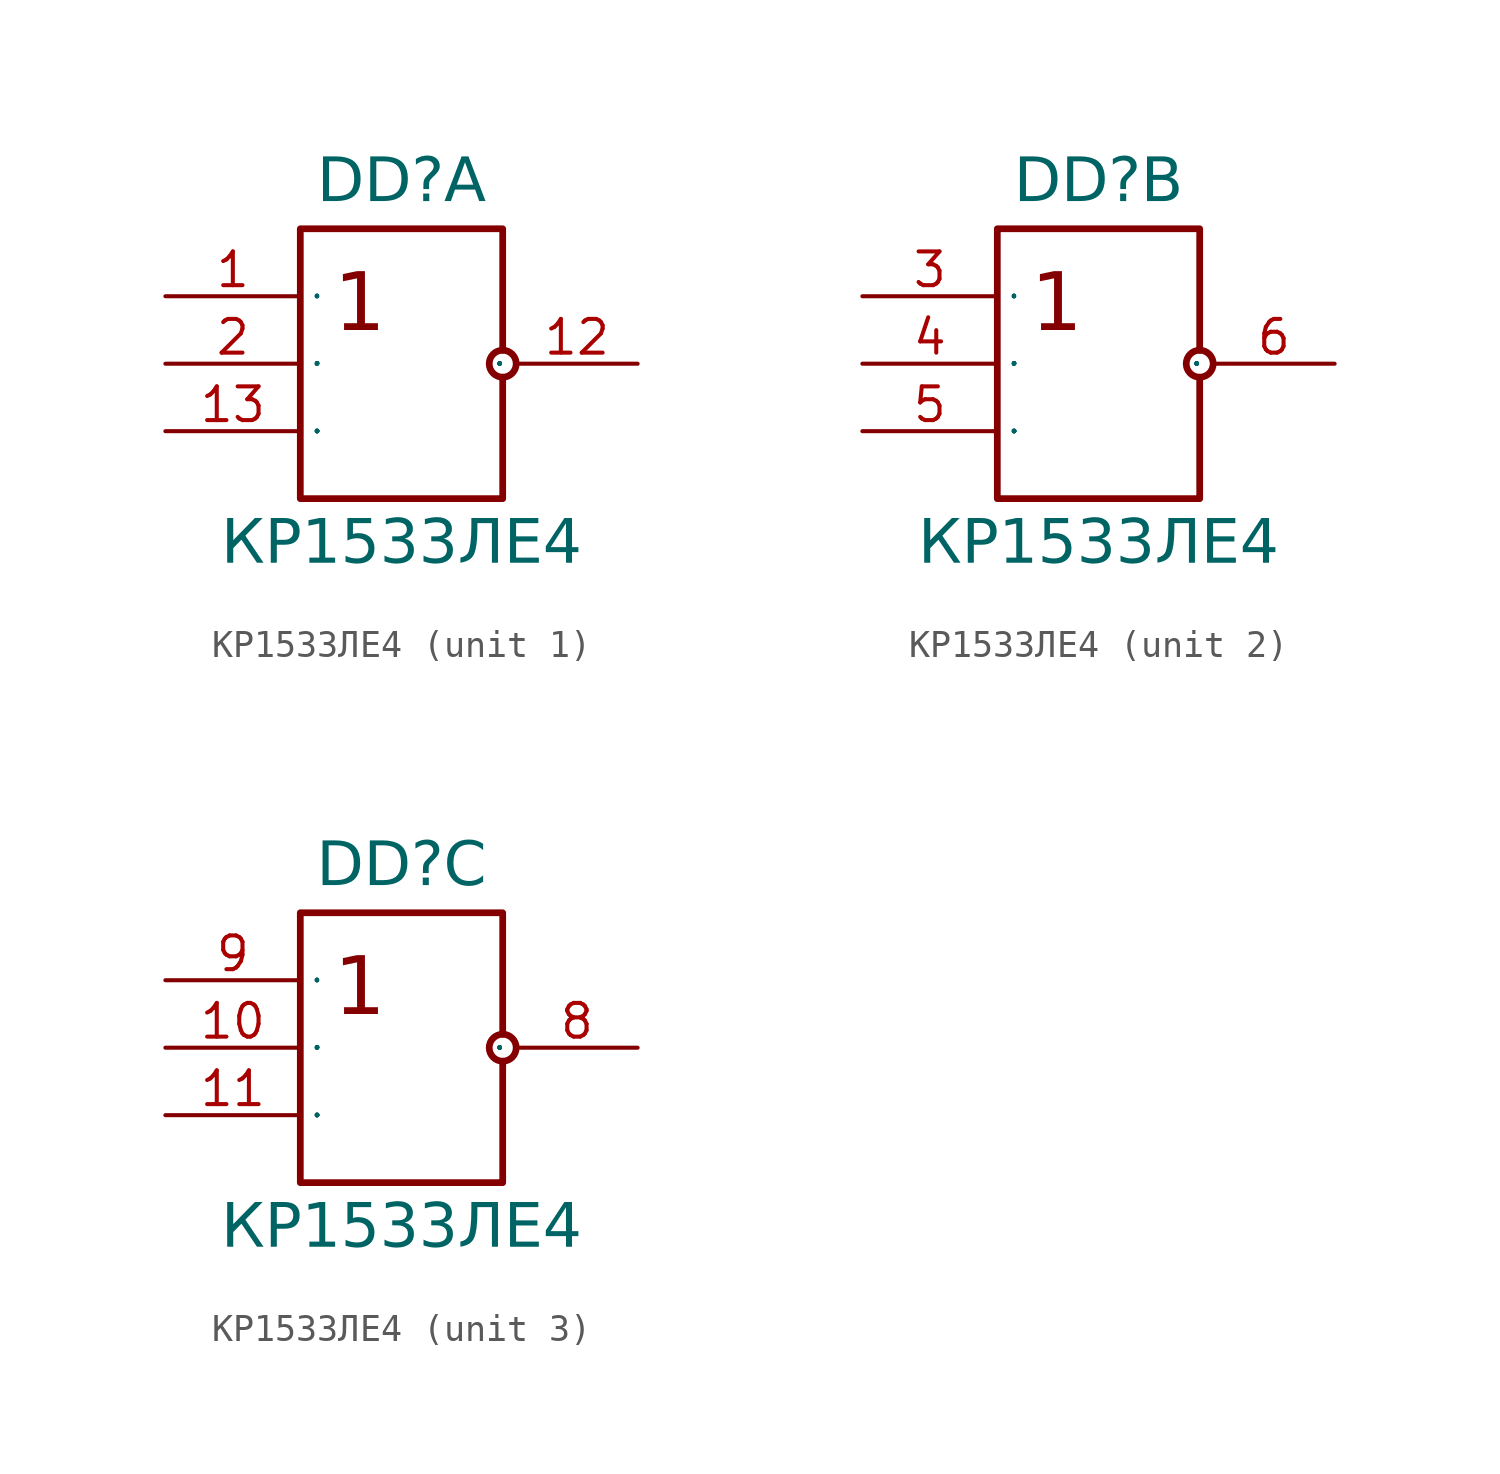
<source format=kicad_sym>
(kicad_symbol_lib
  (version 20241209)
  (generator "kicad_symbol_editor")
  (generator_version "9.0")
  (symbol "КР1533ЛЕ4"
    (property "Reference" "DD"
      (at 8.89 3.302 0)
      (do_not_autoplace)
      (effects (font (face "Input Sans Condensed") (size 1.651 1.651)) (justify bottom)))
    (property "Value" "КР1533ЛЕ4"
      (at 8.89 -8.382 0)
      (do_not_autoplace)
      (effects (font (face "Input Sans Condensed") (size 1.651 1.651)) (justify top)))
    (symbol "КР1533ЛЕ4_0_0"
      (circle (center 12.7 -2.54) (radius 0.508) (stroke (width 0.254) (type solid)) (fill (type color) (color 255 255 255 1)))
      (text "1" (at 6.35 0.902 0) (effects (font (face "Input Sans Condensed") (size 2.172 2.172)) (justify left top))))
    (symbol "КР1533ЛЕ4_0_1"
      (polyline (pts (xy 12.7 -2.032) (xy 12.7 2.54) (xy 5.08 2.54) (xy 5.08 -7.62) (xy 12.7 -7.62) (xy 12.7 -3.048)) (stroke (width 0.254) (type default)) (fill (type none))))
    (symbol "КР1533ЛЕ4_1_1"
      (pin input line (at 0 0 0) (length 5.08) (name "I1" (effects (font (size 0.025 0.025)))) (number "1" (effects (font (size 1.27 1.27)))))
      (pin input line (at 0 -2.54 0) (length 5.08) (name "I2" (effects (font (size 0.025 0.025)))) (number "2" (effects (font (size 1.27 1.27)))))
      (pin input line (at 0 -5.08 0) (length 5.08) (name "I3" (effects (font (size 0.025 0.025)))) (number "13" (effects (font (size 1.27 1.27)))))
      (pin power_in line (at 15.24 1.27 180) (length 2.54) (hide yes) (name "VCC" (effects (font (size 0.025 0.025)))) (number "14" (effects (font (size 1.27 1.27)))))
      (pin power_in line (at 15.24 -6.35 180) (length 2.54) (hide yes) (name "GND" (effects (font (size 0.025 0.025)))) (number "7" (effects (font (size 1.27 1.27)))))
      (pin output line (at 17.78 -2.54 180) (length 4.572) (name "O" (effects (font (size 0.025 0.025)))) (number "12" (effects (font (size 1.27 1.27))))))
    (symbol "КР1533ЛЕ4_2_1"
      (pin input line (at 0 0 0) (length 5.08) (name "I1" (effects (font (size 0.025 0.025)))) (number "3" (effects (font (size 1.27 1.27)))))
      (pin input line (at 0 -2.54 0) (length 5.08) (name "I2" (effects (font (size 0.025 0.025)))) (number "4" (effects (font (size 1.27 1.27)))))
      (pin input line (at 0 -5.08 0) (length 5.08) (name "I3" (effects (font (size 0.025 0.025)))) (number "5" (effects (font (size 1.27 1.27)))))
      (pin output line (at 17.78 -2.54 180) (length 4.572) (name "O" (effects (font (size 0.025 0.025)))) (number "6" (effects (font (size 1.27 1.27))))))
    (symbol "КР1533ЛЕ4_3_1"
      (pin input line (at 0 0 0) (length 5.08) (name "I1" (effects (font (size 0.025 0.025)))) (number "9" (effects (font (size 1.27 1.27)))))
      (pin input line (at 0 -2.54 0) (length 5.08) (name "I2" (effects (font (size 0.025 0.025)))) (number "10" (effects (font (size 1.27 1.27)))))
      (pin input line (at 0 -5.08 0) (length 5.08) (name "I3" (effects (font (size 0.025 0.025)))) (number "11" (effects (font (size 1.27 1.27)))))
      (pin output line (at 17.78 -2.54 180) (length 4.572) (name "O" (effects (font (size 0.025 0.025)))) (number "8" (effects (font (size 1.27 1.27))))))))
</source>
